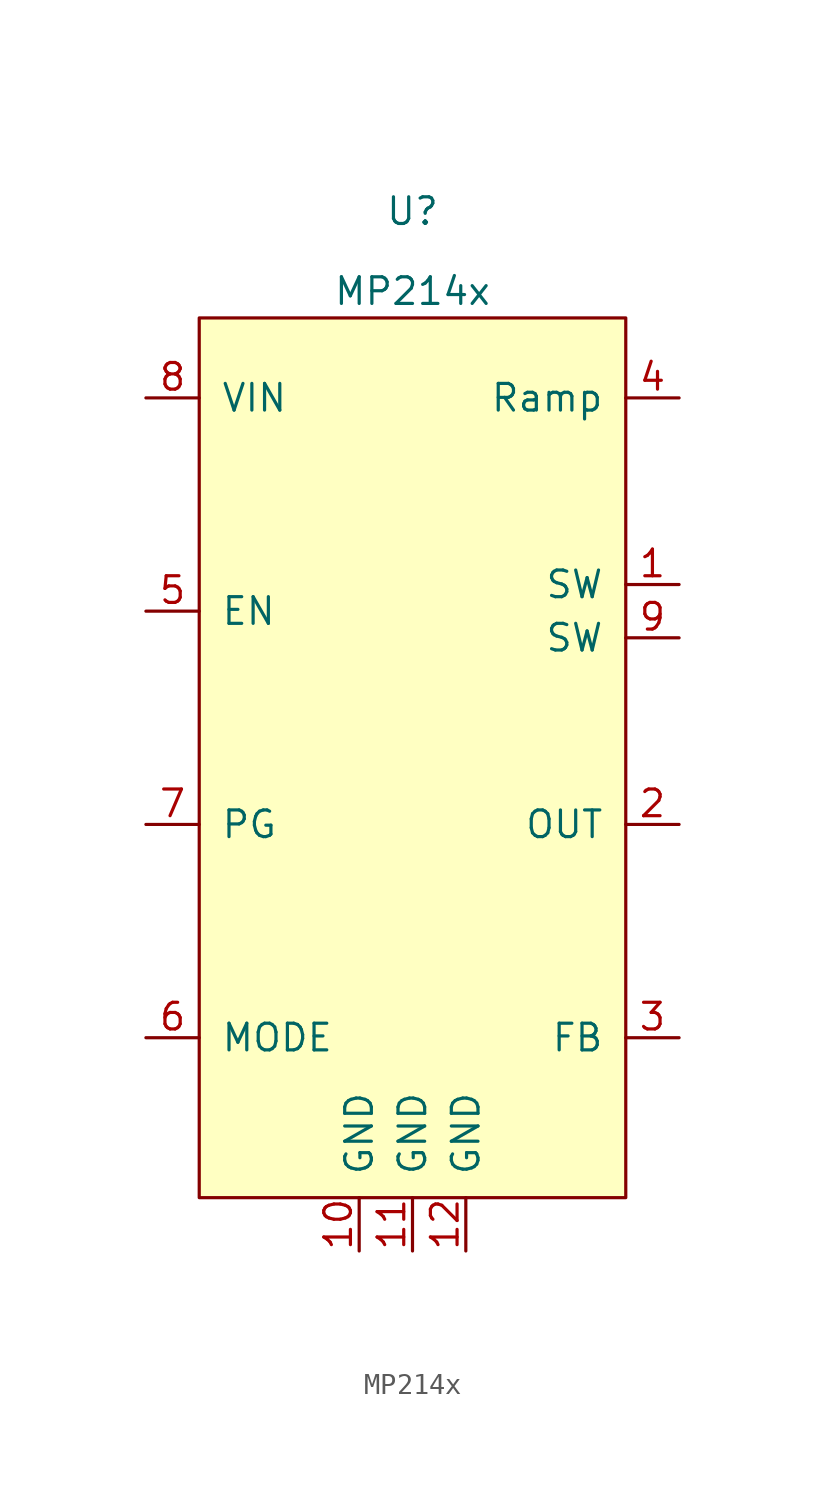
<source format=kicad_sym>
(kicad_symbol_lib
  (version 20211014)
  (generator kicad_symbol_editor)
  (symbol "MP214x"
    (pin_names
      (offset 1.016))
    (property "Reference" "U"
      (at 0 24.13 0)
      (effects (font (size 1.27 1.27))))
    (property "Value" "MP214x"
      (at 0 20.32 0)
      (effects (font (size 1.27 1.27))))
    (symbol "MP214x_0_1"
      (rectangle (start -10.16 19.05) (end 10.16 -22.86) (stroke (width 0) (type default) (color 0 0 0 0)) (fill (type background))))
    (symbol "MP214x_1_1"
      (pin input line (at 12.7 6.35 180) (length 2.54) (name "SW" (effects (font (size 1.27 1.27)))) (number "1" (effects (font (size 1.27 1.27)))))
      (pin input line (at -2.54 -25.4 90) (length 2.54) (name "GND" (effects (font (size 1.27 1.27)))) (number "10" (effects (font (size 1.27 1.27)))))
      (pin input line (at 0 -25.4 90) (length 2.54) (name "GND" (effects (font (size 1.27 1.27)))) (number "11" (effects (font (size 1.27 1.27)))))
      (pin input line (at 2.54 -25.4 90) (length 2.54) (name "GND" (effects (font (size 1.27 1.27)))) (number "12" (effects (font (size 1.27 1.27)))))
      (pin input line (at 12.7 -5.08 180) (length 2.54) (name "OUT" (effects (font (size 1.27 1.27)))) (number "2" (effects (font (size 1.27 1.27)))))
      (pin input line (at 12.7 -15.24 180) (length 2.54) (name "FB" (effects (font (size 1.27 1.27)))) (number "3" (effects (font (size 1.27 1.27)))))
      (pin input line (at 12.7 15.24 180) (length 2.54) (name "Ramp" (effects (font (size 1.27 1.27)))) (number "4" (effects (font (size 1.27 1.27)))))
      (pin input line (at -12.7 5.08 0) (length 2.54) (name "EN" (effects (font (size 1.27 1.27)))) (number "5" (effects (font (size 1.27 1.27)))))
      (pin input line (at -12.7 -15.24 0) (length 2.54) (name "MODE" (effects (font (size 1.27 1.27)))) (number "6" (effects (font (size 1.27 1.27)))))
      (pin input line (at -12.7 -5.08 0) (length 2.54) (name "PG" (effects (font (size 1.27 1.27)))) (number "7" (effects (font (size 1.27 1.27)))))
      (pin input line (at -12.7 15.24 0) (length 2.54) (name "VIN" (effects (font (size 1.27 1.27)))) (number "8" (effects (font (size 1.27 1.27)))))
      (pin input line (at 12.7 3.81 180) (length 2.54) (name "SW" (effects (font (size 1.27 1.27)))) (number "9" (effects (font (size 1.27 1.27))))))))
</source>
